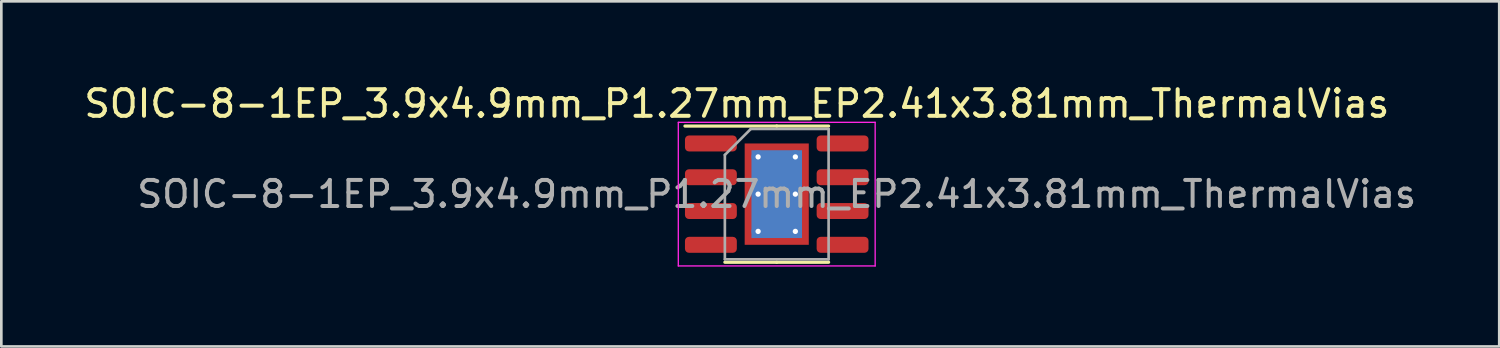
<source format=kicad_pcb>
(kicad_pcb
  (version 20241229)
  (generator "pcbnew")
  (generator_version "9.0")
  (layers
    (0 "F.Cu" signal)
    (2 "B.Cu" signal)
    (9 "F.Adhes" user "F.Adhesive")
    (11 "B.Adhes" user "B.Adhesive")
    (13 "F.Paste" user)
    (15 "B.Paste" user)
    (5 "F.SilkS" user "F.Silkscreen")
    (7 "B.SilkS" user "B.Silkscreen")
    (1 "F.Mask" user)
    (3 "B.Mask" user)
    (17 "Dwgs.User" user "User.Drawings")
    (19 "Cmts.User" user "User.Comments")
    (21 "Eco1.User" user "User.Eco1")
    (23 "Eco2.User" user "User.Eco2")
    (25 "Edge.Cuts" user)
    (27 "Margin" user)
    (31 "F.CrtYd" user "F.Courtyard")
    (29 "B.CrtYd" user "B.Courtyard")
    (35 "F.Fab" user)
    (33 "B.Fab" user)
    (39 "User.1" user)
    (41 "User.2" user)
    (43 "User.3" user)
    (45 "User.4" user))
  (footprint "SOIC-8-1EP_3.9x4.9mm_P1.27mm_EP2.41x3.81mm_ThermalVias"
    (layer "F.Cu")
    (at 26.149 4.248)
    (property "Reference" "SOIC-8-1EP_3.9x4.9mm_P1.27mm_EP2.41x3.81mm_ThermalVias" (at -1.5 -3.4 0) (layer "F.SilkS") (effects (font (size 1 1) (thickness 0.15))))
    (attr smd)
    (fp_line (start 0 -2.56) (end -3.45 -2.56) (stroke (width 0.12) (type solid)) (layer "F.SilkS"))
    (fp_line (start 0 -2.56) (end 1.95 -2.56) (stroke (width 0.12) (type solid)) (layer "F.SilkS"))
    (fp_line (start 0 2.56) (end -1.95 2.56) (stroke (width 0.12) (type solid)) (layer "F.SilkS"))
    (fp_line (start 0 2.56) (end 1.95 2.56) (stroke (width 0.12) (type solid)) (layer "F.SilkS"))
    (fp_line (start -3.7 -2.7) (end -3.7 2.7) (stroke (width 0.05) (type solid)) (layer "F.CrtYd"))
    (fp_line (start -3.7 2.7) (end 3.7 2.7) (stroke (width 0.05) (type solid)) (layer "F.CrtYd"))
    (fp_line (start 3.7 -2.7) (end -3.7 -2.7) (stroke (width 0.05) (type solid)) (layer "F.CrtYd"))
    (fp_line (start 3.7 2.7) (end 3.7 -2.7) (stroke (width 0.05) (type solid)) (layer "F.CrtYd"))
    (fp_line (start -1.95 -1.475) (end -0.975 -2.45) (stroke (width 0.1) (type solid)) (layer "F.Fab"))
    (fp_line (start -1.95 2.45) (end -1.95 -1.475) (stroke (width 0.1) (type solid)) (layer "F.Fab"))
    (fp_line (start -0.975 -2.45) (end 1.95 -2.45) (stroke (width 0.1) (type solid)) (layer "F.Fab"))
    (fp_line (start 1.95 -2.45) (end 1.95 2.45) (stroke (width 0.1) (type solid)) (layer "F.Fab"))
    (fp_line (start 1.95 2.45) (end -1.95 2.45) (stroke (width 0.1) (type solid)) (layer "F.Fab"))
    (fp_text user "${REFERENCE}" (at 0 0 0) (layer "F.Fab") (effects (font (size 0.98 0.98) (thickness 0.15))))
    (pad "" smd roundrect (at -0.6 -0.95) (size 1.01 1.59) (layers "F.Paste") (roundrect_rratio 0.248))
    (pad "" smd roundrect (at -0.6 0.95) (size 1.01 1.59) (layers "F.Paste") (roundrect_rratio 0.248))
    (pad "" smd roundrect (at 0.6 -0.95) (size 1.01 1.59) (layers "F.Paste") (roundrect_rratio 0.248))
    (pad "" smd roundrect (at 0.6 0.95) (size 1.01 1.59) (layers "F.Paste") (roundrect_rratio 0.248))
    (pad "1" smd roundrect (at -2.475 -1.905) (size 1.95 0.6) (layers "F.Cu" "F.Mask" "F.Paste") (roundrect_rratio 0.25))
    (pad "2" smd roundrect (at -2.475 -0.635) (size 1.95 0.6) (layers "F.Cu" "F.Mask" "F.Paste") (roundrect_rratio 0.25))
    (pad "3" smd roundrect (at -2.475 0.635) (size 1.95 0.6) (layers "F.Cu" "F.Mask" "F.Paste") (roundrect_rratio 0.25))
    (pad "4" smd roundrect (at -2.475 1.905) (size 1.95 0.6) (layers "F.Cu" "F.Mask" "F.Paste") (roundrect_rratio 0.25))
    (pad "5" smd roundrect (at 2.475 1.905) (size 1.95 0.6) (layers "F.Cu" "F.Mask" "F.Paste") (roundrect_rratio 0.25))
    (pad "6" smd roundrect (at 2.475 0.635) (size 1.95 0.6) (layers "F.Cu" "F.Mask" "F.Paste") (roundrect_rratio 0.25))
    (pad "7" smd roundrect (at 2.475 -0.635) (size 1.95 0.6) (layers "F.Cu" "F.Mask" "F.Paste") (roundrect_rratio 0.25))
    (pad "8" smd roundrect (at 2.475 -1.905) (size 1.95 0.6) (layers "F.Cu" "F.Mask" "F.Paste") (roundrect_rratio 0.25))
    (pad "9" thru_hole circle (at -0.7 -1.4) (size 0.5 0.5) (drill 0.2) (layers "*.Cu"))
    (pad "9" thru_hole circle (at -0.7 0) (size 0.5 0.5) (drill 0.2) (layers "*.Cu"))
    (pad "9" thru_hole circle (at -0.7 1.4) (size 0.5 0.5) (drill 0.2) (layers "*.Cu"))
    (pad "9" smd rect (at 0 0) (size 1.9 3.3) (layers "B.Cu"))
    (pad "9" smd rect (at 0 0) (size 2.41 3.81) (layers "F.Cu" "F.Mask"))
    (pad "9" thru_hole circle (at 0.7 -1.4) (size 0.5 0.5) (drill 0.2) (layers "*.Cu"))
    (pad "9" thru_hole circle (at 0.7 0) (size 0.5 0.5) (drill 0.2) (layers "*.Cu"))
    (pad "9" thru_hole circle (at 0.7 1.4) (size 0.5 0.5) (drill 0.2) (layers "*.Cu")))
  (gr_rect
    (start -3 -3)
    (end 53.309 9.973)
    (stroke (width 0.1) (type default))
    (fill no)
    (layer "Edge.Cuts")))
</source>
